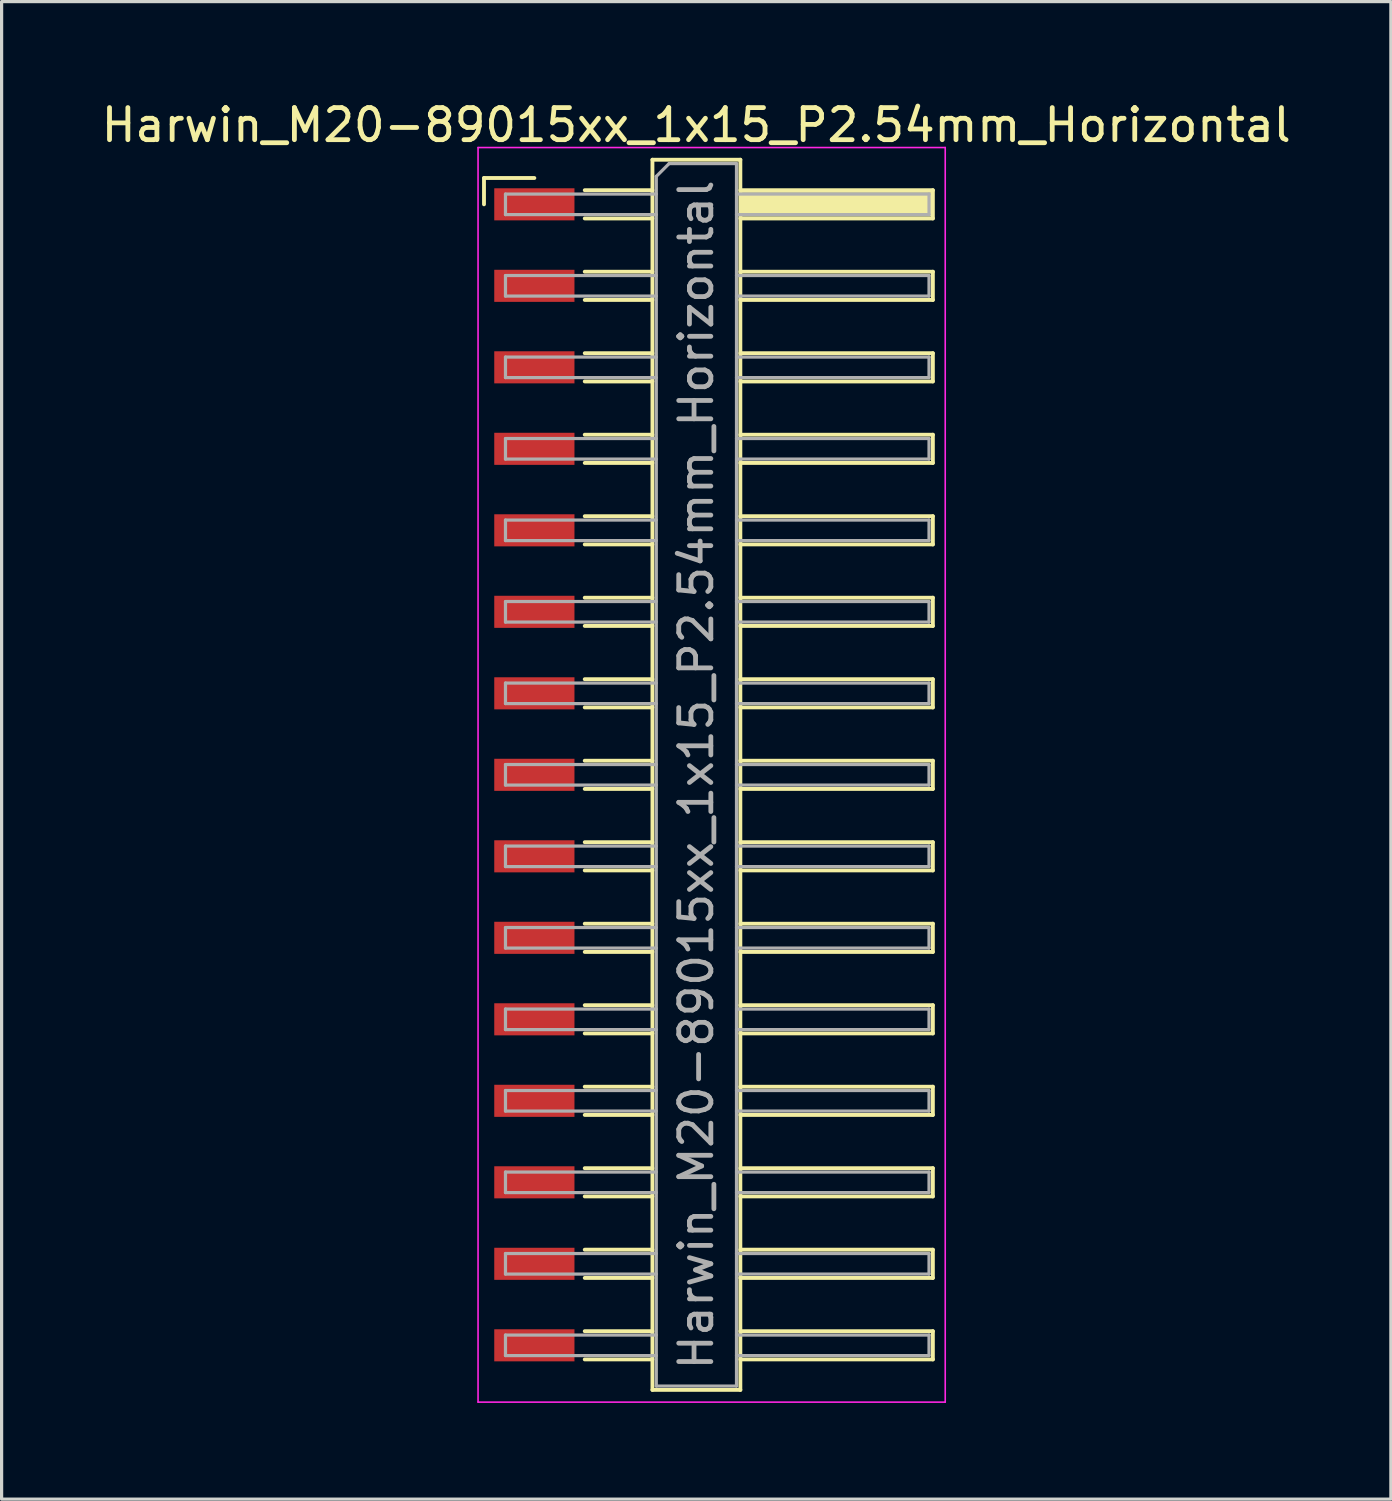
<source format=kicad_pcb>
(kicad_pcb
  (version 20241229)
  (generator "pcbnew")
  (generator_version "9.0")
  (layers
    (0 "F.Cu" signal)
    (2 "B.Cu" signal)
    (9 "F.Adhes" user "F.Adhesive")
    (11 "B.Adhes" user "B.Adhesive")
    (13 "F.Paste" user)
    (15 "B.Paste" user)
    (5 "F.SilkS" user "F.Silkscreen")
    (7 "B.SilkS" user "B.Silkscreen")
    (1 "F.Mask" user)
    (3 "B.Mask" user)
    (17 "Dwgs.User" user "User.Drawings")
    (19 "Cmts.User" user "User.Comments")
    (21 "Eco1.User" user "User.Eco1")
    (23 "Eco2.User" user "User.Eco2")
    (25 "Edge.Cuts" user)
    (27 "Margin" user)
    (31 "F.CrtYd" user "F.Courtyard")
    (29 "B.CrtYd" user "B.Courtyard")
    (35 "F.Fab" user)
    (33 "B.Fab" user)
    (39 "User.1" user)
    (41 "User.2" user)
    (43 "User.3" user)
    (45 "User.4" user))
  (footprint "Harwin_M20-89015xx_1x15_P2.54mm_Horizontal"
    (layer "F.Cu")
    (at 19.129 21.098)
    (property "Reference" "Harwin_M20-89015xx_1x15_P2.54mm_Horizontal" (at -0.48 -20.25 0) (layer "F.SilkS") (effects (font (size 1 1) (thickness 0.15))))
    (attr smd)
    (fp_line (start -7.095 -18.6) (end -5.525 -18.6) (stroke (width 0.12) (type solid)) (layer "F.SilkS"))
    (fp_line (start -7.095 -17.78) (end -7.095 -18.6) (stroke (width 0.12) (type solid)) (layer "F.SilkS"))
    (fp_line (start -3.955 -18.22) (end -1.845 -18.22) (stroke (width 0.12) (type solid)) (layer "F.SilkS"))
    (fp_line (start -3.955 -17.34) (end -1.845 -17.34) (stroke (width 0.12) (type solid)) (layer "F.SilkS"))
    (fp_line (start -3.955 -15.68) (end -1.845 -15.68) (stroke (width 0.12) (type solid)) (layer "F.SilkS"))
    (fp_line (start -3.955 -14.8) (end -1.845 -14.8) (stroke (width 0.12) (type solid)) (layer "F.SilkS"))
    (fp_line (start -3.955 -13.14) (end -1.845 -13.14) (stroke (width 0.12) (type solid)) (layer "F.SilkS"))
    (fp_line (start -3.955 -12.26) (end -1.845 -12.26) (stroke (width 0.12) (type solid)) (layer "F.SilkS"))
    (fp_line (start -3.955 -10.6) (end -1.845 -10.6) (stroke (width 0.12) (type solid)) (layer "F.SilkS"))
    (fp_line (start -3.955 -9.72) (end -1.845 -9.72) (stroke (width 0.12) (type solid)) (layer "F.SilkS"))
    (fp_line (start -3.955 -8.06) (end -1.845 -8.06) (stroke (width 0.12) (type solid)) (layer "F.SilkS"))
    (fp_line (start -3.955 -7.18) (end -1.845 -7.18) (stroke (width 0.12) (type solid)) (layer "F.SilkS"))
    (fp_line (start -3.955 -5.52) (end -1.845 -5.52) (stroke (width 0.12) (type solid)) (layer "F.SilkS"))
    (fp_line (start -3.955 -4.64) (end -1.845 -4.64) (stroke (width 0.12) (type solid)) (layer "F.SilkS"))
    (fp_line (start -3.955 -2.98) (end -1.845 -2.98) (stroke (width 0.12) (type solid)) (layer "F.SilkS"))
    (fp_line (start -3.955 -2.1) (end -1.845 -2.1) (stroke (width 0.12) (type solid)) (layer "F.SilkS"))
    (fp_line (start -3.955 -0.44) (end -1.845 -0.44) (stroke (width 0.12) (type solid)) (layer "F.SilkS"))
    (fp_line (start -3.955 0.44) (end -1.845 0.44) (stroke (width 0.12) (type solid)) (layer "F.SilkS"))
    (fp_line (start -3.955 2.1) (end -1.845 2.1) (stroke (width 0.12) (type solid)) (layer "F.SilkS"))
    (fp_line (start -3.955 2.98) (end -1.845 2.98) (stroke (width 0.12) (type solid)) (layer "F.SilkS"))
    (fp_line (start -3.955 4.64) (end -1.845 4.64) (stroke (width 0.12) (type solid)) (layer "F.SilkS"))
    (fp_line (start -3.955 5.52) (end -1.845 5.52) (stroke (width 0.12) (type solid)) (layer "F.SilkS"))
    (fp_line (start -3.955 7.18) (end -1.845 7.18) (stroke (width 0.12) (type solid)) (layer "F.SilkS"))
    (fp_line (start -3.955 8.06) (end -1.845 8.06) (stroke (width 0.12) (type solid)) (layer "F.SilkS"))
    (fp_line (start -3.955 9.72) (end -1.845 9.72) (stroke (width 0.12) (type solid)) (layer "F.SilkS"))
    (fp_line (start -3.955 10.6) (end -1.845 10.6) (stroke (width 0.12) (type solid)) (layer "F.SilkS"))
    (fp_line (start -3.955 12.26) (end -1.845 12.26) (stroke (width 0.12) (type solid)) (layer "F.SilkS"))
    (fp_line (start -3.955 13.14) (end -1.845 13.14) (stroke (width 0.12) (type solid)) (layer "F.SilkS"))
    (fp_line (start -3.955 14.8) (end -1.845 14.8) (stroke (width 0.12) (type solid)) (layer "F.SilkS"))
    (fp_line (start -3.955 15.68) (end -1.845 15.68) (stroke (width 0.12) (type solid)) (layer "F.SilkS"))
    (fp_line (start -3.955 17.34) (end -1.845 17.34) (stroke (width 0.12) (type solid)) (layer "F.SilkS"))
    (fp_line (start -3.955 18.22) (end -1.845 18.22) (stroke (width 0.12) (type solid)) (layer "F.SilkS"))
    (fp_line (start -1.845 -19.17) (end 0.895 -19.17) (stroke (width 0.12) (type solid)) (layer "F.SilkS"))
    (fp_line (start -1.845 19.17) (end -1.845 -19.17) (stroke (width 0.12) (type solid)) (layer "F.SilkS"))
    (fp_line (start 0.895 -19.17) (end 0.895 19.17) (stroke (width 0.12) (type solid)) (layer "F.SilkS"))
    (fp_line (start 0.895 -18.22) (end 6.895 -18.22) (stroke (width 0.12) (type solid)) (layer "F.SilkS"))
    (fp_line (start 0.895 -15.68) (end 6.895 -15.68) (stroke (width 0.12) (type solid)) (layer "F.SilkS"))
    (fp_line (start 0.895 -13.14) (end 6.895 -13.14) (stroke (width 0.12) (type solid)) (layer "F.SilkS"))
    (fp_line (start 0.895 -10.6) (end 6.895 -10.6) (stroke (width 0.12) (type solid)) (layer "F.SilkS"))
    (fp_line (start 0.895 -8.06) (end 6.895 -8.06) (stroke (width 0.12) (type solid)) (layer "F.SilkS"))
    (fp_line (start 0.895 -5.52) (end 6.895 -5.52) (stroke (width 0.12) (type solid)) (layer "F.SilkS"))
    (fp_line (start 0.895 -2.98) (end 6.895 -2.98) (stroke (width 0.12) (type solid)) (layer "F.SilkS"))
    (fp_line (start 0.895 -0.44) (end 6.895 -0.44) (stroke (width 0.12) (type solid)) (layer "F.SilkS"))
    (fp_line (start 0.895 2.1) (end 6.895 2.1) (stroke (width 0.12) (type solid)) (layer "F.SilkS"))
    (fp_line (start 0.895 4.64) (end 6.895 4.64) (stroke (width 0.12) (type solid)) (layer "F.SilkS"))
    (fp_line (start 0.895 7.18) (end 6.895 7.18) (stroke (width 0.12) (type solid)) (layer "F.SilkS"))
    (fp_line (start 0.895 9.72) (end 6.895 9.72) (stroke (width 0.12) (type solid)) (layer "F.SilkS"))
    (fp_line (start 0.895 12.26) (end 6.895 12.26) (stroke (width 0.12) (type solid)) (layer "F.SilkS"))
    (fp_line (start 0.895 14.8) (end 6.895 14.8) (stroke (width 0.12) (type solid)) (layer "F.SilkS"))
    (fp_line (start 0.895 17.34) (end 6.895 17.34) (stroke (width 0.12) (type solid)) (layer "F.SilkS"))
    (fp_line (start 0.895 19.17) (end -1.845 19.17) (stroke (width 0.12) (type solid)) (layer "F.SilkS"))
    (fp_line (start 6.895 -18.22) (end 6.895 -17.34) (stroke (width 0.12) (type solid)) (layer "F.SilkS"))
    (fp_line (start 6.895 -17.34) (end 0.895 -17.34) (stroke (width 0.12) (type solid)) (layer "F.SilkS"))
    (fp_line (start 6.895 -15.68) (end 6.895 -14.8) (stroke (width 0.12) (type solid)) (layer "F.SilkS"))
    (fp_line (start 6.895 -14.8) (end 0.895 -14.8) (stroke (width 0.12) (type solid)) (layer "F.SilkS"))
    (fp_line (start 6.895 -13.14) (end 6.895 -12.26) (stroke (width 0.12) (type solid)) (layer "F.SilkS"))
    (fp_line (start 6.895 -12.26) (end 0.895 -12.26) (stroke (width 0.12) (type solid)) (layer "F.SilkS"))
    (fp_line (start 6.895 -10.6) (end 6.895 -9.72) (stroke (width 0.12) (type solid)) (layer "F.SilkS"))
    (fp_line (start 6.895 -9.72) (end 0.895 -9.72) (stroke (width 0.12) (type solid)) (layer "F.SilkS"))
    (fp_line (start 6.895 -8.06) (end 6.895 -7.18) (stroke (width 0.12) (type solid)) (layer "F.SilkS"))
    (fp_line (start 6.895 -7.18) (end 0.895 -7.18) (stroke (width 0.12) (type solid)) (layer "F.SilkS"))
    (fp_line (start 6.895 -5.52) (end 6.895 -4.64) (stroke (width 0.12) (type solid)) (layer "F.SilkS"))
    (fp_line (start 6.895 -4.64) (end 0.895 -4.64) (stroke (width 0.12) (type solid)) (layer "F.SilkS"))
    (fp_line (start 6.895 -2.98) (end 6.895 -2.1) (stroke (width 0.12) (type solid)) (layer "F.SilkS"))
    (fp_line (start 6.895 -2.1) (end 0.895 -2.1) (stroke (width 0.12) (type solid)) (layer "F.SilkS"))
    (fp_line (start 6.895 -0.44) (end 6.895 0.44) (stroke (width 0.12) (type solid)) (layer "F.SilkS"))
    (fp_line (start 6.895 0.44) (end 0.895 0.44) (stroke (width 0.12) (type solid)) (layer "F.SilkS"))
    (fp_line (start 6.895 2.1) (end 6.895 2.98) (stroke (width 0.12) (type solid)) (layer "F.SilkS"))
    (fp_line (start 6.895 2.98) (end 0.895 2.98) (stroke (width 0.12) (type solid)) (layer "F.SilkS"))
    (fp_line (start 6.895 4.64) (end 6.895 5.52) (stroke (width 0.12) (type solid)) (layer "F.SilkS"))
    (fp_line (start 6.895 5.52) (end 0.895 5.52) (stroke (width 0.12) (type solid)) (layer "F.SilkS"))
    (fp_line (start 6.895 7.18) (end 6.895 8.06) (stroke (width 0.12) (type solid)) (layer "F.SilkS"))
    (fp_line (start 6.895 8.06) (end 0.895 8.06) (stroke (width 0.12) (type solid)) (layer "F.SilkS"))
    (fp_line (start 6.895 9.72) (end 6.895 10.6) (stroke (width 0.12) (type solid)) (layer "F.SilkS"))
    (fp_line (start 6.895 10.6) (end 0.895 10.6) (stroke (width 0.12) (type solid)) (layer "F.SilkS"))
    (fp_line (start 6.895 12.26) (end 6.895 13.14) (stroke (width 0.12) (type solid)) (layer "F.SilkS"))
    (fp_line (start 6.895 13.14) (end 0.895 13.14) (stroke (width 0.12) (type solid)) (layer "F.SilkS"))
    (fp_line (start 6.895 14.8) (end 6.895 15.68) (stroke (width 0.12) (type solid)) (layer "F.SilkS"))
    (fp_line (start 6.895 15.68) (end 0.895 15.68) (stroke (width 0.12) (type solid)) (layer "F.SilkS"))
    (fp_line (start 6.895 17.34) (end 6.895 18.22) (stroke (width 0.12) (type solid)) (layer "F.SilkS"))
    (fp_line (start 6.895 18.22) (end 0.895 18.22) (stroke (width 0.12) (type solid)) (layer "F.SilkS"))
    (fp_line (start -7.28 -19.55) (end 7.28 -19.55) (stroke (width 0.05) (type solid)) (layer "F.CrtYd"))
    (fp_line (start -7.28 19.55) (end -7.28 -19.55) (stroke (width 0.05) (type solid)) (layer "F.CrtYd"))
    (fp_line (start 7.28 -19.55) (end 7.28 19.55) (stroke (width 0.05) (type solid)) (layer "F.CrtYd"))
    (fp_line (start 7.28 19.55) (end -7.28 19.55) (stroke (width 0.05) (type solid)) (layer "F.CrtYd"))
    (fp_line (start -6.425 -18.1) (end -6.425 -17.46) (stroke (width 0.1) (type solid)) (layer "F.Fab"))
    (fp_line (start -6.425 -17.46) (end -1.725 -17.46) (stroke (width 0.1) (type solid)) (layer "F.Fab"))
    (fp_line (start -6.425 -15.56) (end -6.425 -14.92) (stroke (width 0.1) (type solid)) (layer "F.Fab"))
    (fp_line (start -6.425 -14.92) (end -1.725 -14.92) (stroke (width 0.1) (type solid)) (layer "F.Fab"))
    (fp_line (start -6.425 -13.02) (end -6.425 -12.38) (stroke (width 0.1) (type solid)) (layer "F.Fab"))
    (fp_line (start -6.425 -12.38) (end -1.725 -12.38) (stroke (width 0.1) (type solid)) (layer "F.Fab"))
    (fp_line (start -6.425 -10.48) (end -6.425 -9.84) (stroke (width 0.1) (type solid)) (layer "F.Fab"))
    (fp_line (start -6.425 -9.84) (end -1.725 -9.84) (stroke (width 0.1) (type solid)) (layer "F.Fab"))
    (fp_line (start -6.425 -7.94) (end -6.425 -7.3) (stroke (width 0.1) (type solid)) (layer "F.Fab"))
    (fp_line (start -6.425 -7.3) (end -1.725 -7.3) (stroke (width 0.1) (type solid)) (layer "F.Fab"))
    (fp_line (start -6.425 -5.4) (end -6.425 -4.76) (stroke (width 0.1) (type solid)) (layer "F.Fab"))
    (fp_line (start -6.425 -4.76) (end -1.725 -4.76) (stroke (width 0.1) (type solid)) (layer "F.Fab"))
    (fp_line (start -6.425 -2.86) (end -6.425 -2.22) (stroke (width 0.1) (type solid)) (layer "F.Fab"))
    (fp_line (start -6.425 -2.22) (end -1.725 -2.22) (stroke (width 0.1) (type solid)) (layer "F.Fab"))
    (fp_line (start -6.425 -0.32) (end -6.425 0.32) (stroke (width 0.1) (type solid)) (layer "F.Fab"))
    (fp_line (start -6.425 0.32) (end -1.725 0.32) (stroke (width 0.1) (type solid)) (layer "F.Fab"))
    (fp_line (start -6.425 2.22) (end -6.425 2.86) (stroke (width 0.1) (type solid)) (layer "F.Fab"))
    (fp_line (start -6.425 2.86) (end -1.725 2.86) (stroke (width 0.1) (type solid)) (layer "F.Fab"))
    (fp_line (start -6.425 4.76) (end -6.425 5.4) (stroke (width 0.1) (type solid)) (layer "F.Fab"))
    (fp_line (start -6.425 5.4) (end -1.725 5.4) (stroke (width 0.1) (type solid)) (layer "F.Fab"))
    (fp_line (start -6.425 7.3) (end -6.425 7.94) (stroke (width 0.1) (type solid)) (layer "F.Fab"))
    (fp_line (start -6.425 7.94) (end -1.725 7.94) (stroke (width 0.1) (type solid)) (layer "F.Fab"))
    (fp_line (start -6.425 9.84) (end -6.425 10.48) (stroke (width 0.1) (type solid)) (layer "F.Fab"))
    (fp_line (start -6.425 10.48) (end -1.725 10.48) (stroke (width 0.1) (type solid)) (layer "F.Fab"))
    (fp_line (start -6.425 12.38) (end -6.425 13.02) (stroke (width 0.1) (type solid)) (layer "F.Fab"))
    (fp_line (start -6.425 13.02) (end -1.725 13.02) (stroke (width 0.1) (type solid)) (layer "F.Fab"))
    (fp_line (start -6.425 14.92) (end -6.425 15.56) (stroke (width 0.1) (type solid)) (layer "F.Fab"))
    (fp_line (start -6.425 15.56) (end -1.725 15.56) (stroke (width 0.1) (type solid)) (layer "F.Fab"))
    (fp_line (start -6.425 17.46) (end -6.425 18.1) (stroke (width 0.1) (type solid)) (layer "F.Fab"))
    (fp_line (start -6.425 18.1) (end -1.725 18.1) (stroke (width 0.1) (type solid)) (layer "F.Fab"))
    (fp_line (start -1.725 -18.65) (end -1.325 -19.05) (stroke (width 0.1) (type solid)) (layer "F.Fab"))
    (fp_line (start -1.725 -18.1) (end -6.425 -18.1) (stroke (width 0.1) (type solid)) (layer "F.Fab"))
    (fp_line (start -1.725 -15.56) (end -6.425 -15.56) (stroke (width 0.1) (type solid)) (layer "F.Fab"))
    (fp_line (start -1.725 -13.02) (end -6.425 -13.02) (stroke (width 0.1) (type solid)) (layer "F.Fab"))
    (fp_line (start -1.725 -10.48) (end -6.425 -10.48) (stroke (width 0.1) (type solid)) (layer "F.Fab"))
    (fp_line (start -1.725 -7.94) (end -6.425 -7.94) (stroke (width 0.1) (type solid)) (layer "F.Fab"))
    (fp_line (start -1.725 -5.4) (end -6.425 -5.4) (stroke (width 0.1) (type solid)) (layer "F.Fab"))
    (fp_line (start -1.725 -2.86) (end -6.425 -2.86) (stroke (width 0.1) (type solid)) (layer "F.Fab"))
    (fp_line (start -1.725 -0.32) (end -6.425 -0.32) (stroke (width 0.1) (type solid)) (layer "F.Fab"))
    (fp_line (start -1.725 2.22) (end -6.425 2.22) (stroke (width 0.1) (type solid)) (layer "F.Fab"))
    (fp_line (start -1.725 4.76) (end -6.425 4.76) (stroke (width 0.1) (type solid)) (layer "F.Fab"))
    (fp_line (start -1.725 7.3) (end -6.425 7.3) (stroke (width 0.1) (type solid)) (layer "F.Fab"))
    (fp_line (start -1.725 9.84) (end -6.425 9.84) (stroke (width 0.1) (type solid)) (layer "F.Fab"))
    (fp_line (start -1.725 12.38) (end -6.425 12.38) (stroke (width 0.1) (type solid)) (layer "F.Fab"))
    (fp_line (start -1.725 14.92) (end -6.425 14.92) (stroke (width 0.1) (type solid)) (layer "F.Fab"))
    (fp_line (start -1.725 17.46) (end -6.425 17.46) (stroke (width 0.1) (type solid)) (layer "F.Fab"))
    (fp_line (start -1.725 19.05) (end -1.725 -18.65) (stroke (width 0.1) (type solid)) (layer "F.Fab"))
    (fp_line (start -1.325 -19.05) (end 0.775 -19.05) (stroke (width 0.1) (type solid)) (layer "F.Fab"))
    (fp_line (start 0.775 -19.05) (end 0.775 19.05) (stroke (width 0.1) (type solid)) (layer "F.Fab"))
    (fp_line (start 0.775 -18.1) (end 6.775 -18.1) (stroke (width 0.1) (type solid)) (layer "F.Fab"))
    (fp_line (start 0.775 -15.56) (end 6.775 -15.56) (stroke (width 0.1) (type solid)) (layer "F.Fab"))
    (fp_line (start 0.775 -13.02) (end 6.775 -13.02) (stroke (width 0.1) (type solid)) (layer "F.Fab"))
    (fp_line (start 0.775 -10.48) (end 6.775 -10.48) (stroke (width 0.1) (type solid)) (layer "F.Fab"))
    (fp_line (start 0.775 -7.94) (end 6.775 -7.94) (stroke (width 0.1) (type solid)) (layer "F.Fab"))
    (fp_line (start 0.775 -5.4) (end 6.775 -5.4) (stroke (width 0.1) (type solid)) (layer "F.Fab"))
    (fp_line (start 0.775 -2.86) (end 6.775 -2.86) (stroke (width 0.1) (type solid)) (layer "F.Fab"))
    (fp_line (start 0.775 -0.32) (end 6.775 -0.32) (stroke (width 0.1) (type solid)) (layer "F.Fab"))
    (fp_line (start 0.775 2.22) (end 6.775 2.22) (stroke (width 0.1) (type solid)) (layer "F.Fab"))
    (fp_line (start 0.775 4.76) (end 6.775 4.76) (stroke (width 0.1) (type solid)) (layer "F.Fab"))
    (fp_line (start 0.775 7.3) (end 6.775 7.3) (stroke (width 0.1) (type solid)) (layer "F.Fab"))
    (fp_line (start 0.775 9.84) (end 6.775 9.84) (stroke (width 0.1) (type solid)) (layer "F.Fab"))
    (fp_line (start 0.775 12.38) (end 6.775 12.38) (stroke (width 0.1) (type solid)) (layer "F.Fab"))
    (fp_line (start 0.775 14.92) (end 6.775 14.92) (stroke (width 0.1) (type solid)) (layer "F.Fab"))
    (fp_line (start 0.775 17.46) (end 6.775 17.46) (stroke (width 0.1) (type solid)) (layer "F.Fab"))
    (fp_line (start 0.775 19.05) (end -1.725 19.05) (stroke (width 0.1) (type solid)) (layer "F.Fab"))
    (fp_line (start 6.775 -18.1) (end 6.775 -17.46) (stroke (width 0.1) (type solid)) (layer "F.Fab"))
    (fp_line (start 6.775 -17.46) (end 0.775 -17.46) (stroke (width 0.1) (type solid)) (layer "F.Fab"))
    (fp_line (start 6.775 -15.56) (end 6.775 -14.92) (stroke (width 0.1) (type solid)) (layer "F.Fab"))
    (fp_line (start 6.775 -14.92) (end 0.775 -14.92) (stroke (width 0.1) (type solid)) (layer "F.Fab"))
    (fp_line (start 6.775 -13.02) (end 6.775 -12.38) (stroke (width 0.1) (type solid)) (layer "F.Fab"))
    (fp_line (start 6.775 -12.38) (end 0.775 -12.38) (stroke (width 0.1) (type solid)) (layer "F.Fab"))
    (fp_line (start 6.775 -10.48) (end 6.775 -9.84) (stroke (width 0.1) (type solid)) (layer "F.Fab"))
    (fp_line (start 6.775 -9.84) (end 0.775 -9.84) (stroke (width 0.1) (type solid)) (layer "F.Fab"))
    (fp_line (start 6.775 -7.94) (end 6.775 -7.3) (stroke (width 0.1) (type solid)) (layer "F.Fab"))
    (fp_line (start 6.775 -7.3) (end 0.775 -7.3) (stroke (width 0.1) (type solid)) (layer "F.Fab"))
    (fp_line (start 6.775 -5.4) (end 6.775 -4.76) (stroke (width 0.1) (type solid)) (layer "F.Fab"))
    (fp_line (start 6.775 -4.76) (end 0.775 -4.76) (stroke (width 0.1) (type solid)) (layer "F.Fab"))
    (fp_line (start 6.775 -2.86) (end 6.775 -2.22) (stroke (width 0.1) (type solid)) (layer "F.Fab"))
    (fp_line (start 6.775 -2.22) (end 0.775 -2.22) (stroke (width 0.1) (type solid)) (layer "F.Fab"))
    (fp_line (start 6.775 -0.32) (end 6.775 0.32) (stroke (width 0.1) (type solid)) (layer "F.Fab"))
    (fp_line (start 6.775 0.32) (end 0.775 0.32) (stroke (width 0.1) (type solid)) (layer "F.Fab"))
    (fp_line (start 6.775 2.22) (end 6.775 2.86) (stroke (width 0.1) (type solid)) (layer "F.Fab"))
    (fp_line (start 6.775 2.86) (end 0.775 2.86) (stroke (width 0.1) (type solid)) (layer "F.Fab"))
    (fp_line (start 6.775 4.76) (end 6.775 5.4) (stroke (width 0.1) (type solid)) (layer "F.Fab"))
    (fp_line (start 6.775 5.4) (end 0.775 5.4) (stroke (width 0.1) (type solid)) (layer "F.Fab"))
    (fp_line (start 6.775 7.3) (end 6.775 7.94) (stroke (width 0.1) (type solid)) (layer "F.Fab"))
    (fp_line (start 6.775 7.94) (end 0.775 7.94) (stroke (width 0.1) (type solid)) (layer "F.Fab"))
    (fp_line (start 6.775 9.84) (end 6.775 10.48) (stroke (width 0.1) (type solid)) (layer "F.Fab"))
    (fp_line (start 6.775 10.48) (end 0.775 10.48) (stroke (width 0.1) (type solid)) (layer "F.Fab"))
    (fp_line (start 6.775 12.38) (end 6.775 13.02) (stroke (width 0.1) (type solid)) (layer "F.Fab"))
    (fp_line (start 6.775 13.02) (end 0.775 13.02) (stroke (width 0.1) (type solid)) (layer "F.Fab"))
    (fp_line (start 6.775 14.92) (end 6.775 15.56) (stroke (width 0.1) (type solid)) (layer "F.Fab"))
    (fp_line (start 6.775 15.56) (end 0.775 15.56) (stroke (width 0.1) (type solid)) (layer "F.Fab"))
    (fp_line (start 6.775 17.46) (end 6.775 18.1) (stroke (width 0.1) (type solid)) (layer "F.Fab"))
    (fp_line (start 6.775 18.1) (end 0.775 18.1) (stroke (width 0.1) (type solid)) (layer "F.Fab"))
    (fp_text user "${REFERENCE}" (at -0.48 0 90) (layer "F.Fab") (effects (font (size 1 1) (thickness 0.15))))
    (pad "" smd rect (at 3.895 -17.78) (size 6 0.76) (layers "F.SilkS"))
    (pad "1" smd rect (at -5.525 -17.78) (size 2.5 1) (layers "F.Cu" "F.Mask" "F.Paste"))
    (pad "2" smd rect (at -5.525 -15.24) (size 2.5 1) (layers "F.Cu" "F.Mask" "F.Paste"))
    (pad "3" smd rect (at -5.525 -12.7) (size 2.5 1) (layers "F.Cu" "F.Mask" "F.Paste"))
    (pad "4" smd rect (at -5.525 -10.16) (size 2.5 1) (layers "F.Cu" "F.Mask" "F.Paste"))
    (pad "5" smd rect (at -5.525 -7.62) (size 2.5 1) (layers "F.Cu" "F.Mask" "F.Paste"))
    (pad "6" smd rect (at -5.525 -5.08) (size 2.5 1) (layers "F.Cu" "F.Mask" "F.Paste"))
    (pad "7" smd rect (at -5.525 -2.54) (size 2.5 1) (layers "F.Cu" "F.Mask" "F.Paste"))
    (pad "8" smd rect (at -5.525 0) (size 2.5 1) (layers "F.Cu" "F.Mask" "F.Paste"))
    (pad "9" smd rect (at -5.525 2.54) (size 2.5 1) (layers "F.Cu" "F.Mask" "F.Paste"))
    (pad "10" smd rect (at -5.525 5.08) (size 2.5 1) (layers "F.Cu" "F.Mask" "F.Paste"))
    (pad "11" smd rect (at -5.525 7.62) (size 2.5 1) (layers "F.Cu" "F.Mask" "F.Paste"))
    (pad "12" smd rect (at -5.525 10.16) (size 2.5 1) (layers "F.Cu" "F.Mask" "F.Paste"))
    (pad "13" smd rect (at -5.525 12.7) (size 2.5 1) (layers "F.Cu" "F.Mask" "F.Paste"))
    (pad "14" smd rect (at -5.525 15.24) (size 2.5 1) (layers "F.Cu" "F.Mask" "F.Paste"))
    (pad "15" smd rect (at -5.525 17.78) (size 2.5 1) (layers "F.Cu" "F.Mask" "F.Paste")))
  (gr_rect
    (start -3 -3)
    (end 40.298 43.673)
    (stroke (width 0.1) (type default))
    (fill no)
    (layer "Edge.Cuts")))
</source>
